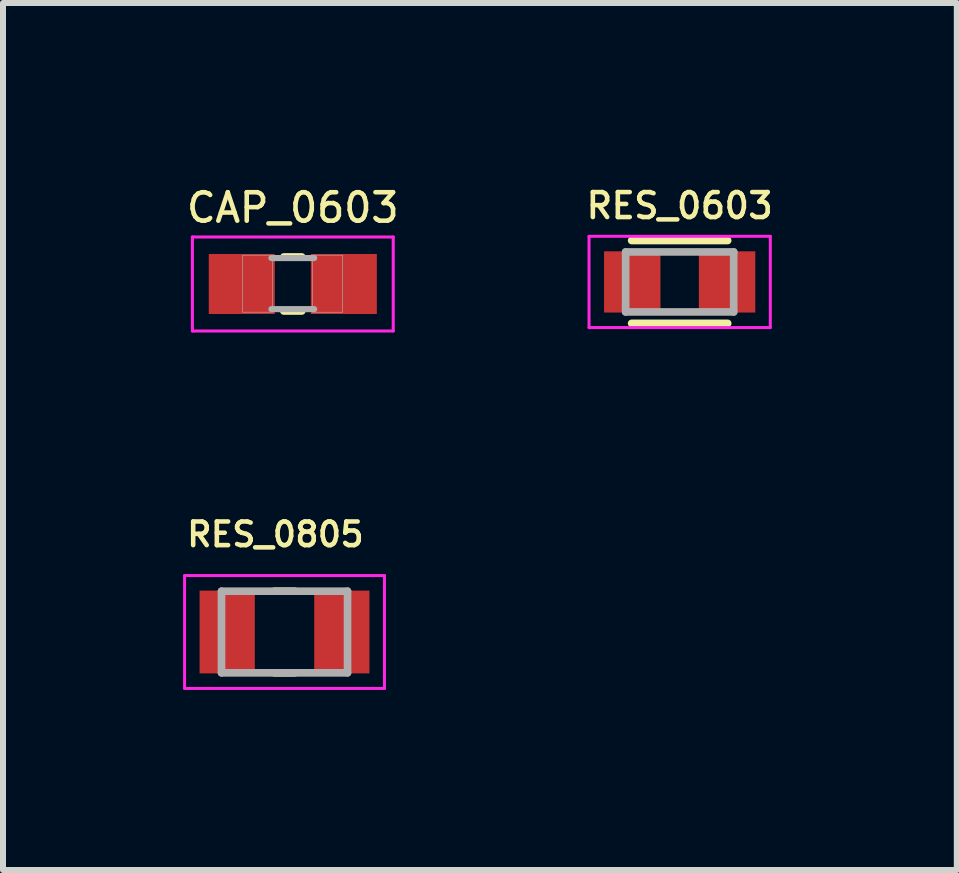
<source format=kicad_pcb>
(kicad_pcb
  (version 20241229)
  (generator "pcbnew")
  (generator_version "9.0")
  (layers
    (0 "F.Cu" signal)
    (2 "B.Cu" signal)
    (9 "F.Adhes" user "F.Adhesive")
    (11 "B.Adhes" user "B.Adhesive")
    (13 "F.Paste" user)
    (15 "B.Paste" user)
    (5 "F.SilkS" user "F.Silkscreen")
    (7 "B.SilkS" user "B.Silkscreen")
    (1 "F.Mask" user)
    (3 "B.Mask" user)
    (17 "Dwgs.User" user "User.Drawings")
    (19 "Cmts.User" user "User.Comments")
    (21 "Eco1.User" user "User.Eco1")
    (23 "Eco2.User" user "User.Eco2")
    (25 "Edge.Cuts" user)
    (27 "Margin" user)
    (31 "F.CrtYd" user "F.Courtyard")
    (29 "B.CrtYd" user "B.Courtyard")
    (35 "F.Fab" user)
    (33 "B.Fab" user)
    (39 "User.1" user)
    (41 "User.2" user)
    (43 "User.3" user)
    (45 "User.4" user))
  (footprint "CAP_0603"
    (layer "F.Cu")
    (at 1.828 1.681)
    (property "Reference" "CAP_0603" (at 0 -1.27 0) (layer "F.SilkS") (effects (font (size 0.474 0.474) (thickness 0.076))))
    (attr through_hole)
    (fp_line (start -0.15 -0.45) (end 0.15 -0.45) (stroke (width 0.127) (type solid)) (layer "F.SilkS"))
    (fp_line (start -0.15 0.45) (end 0.15 0.45) (stroke (width 0.127) (type solid)) (layer "F.SilkS"))
    (fp_line (start -1.673 -0.783) (end 1.673 -0.783) (stroke (width 0.051) (type solid)) (layer "F.CrtYd"))
    (fp_line (start -1.673 0.783) (end -1.673 -0.783) (stroke (width 0.051) (type solid)) (layer "F.CrtYd"))
    (fp_line (start 1.673 -0.783) (end 1.673 0.783) (stroke (width 0.051) (type solid)) (layer "F.CrtYd"))
    (fp_line (start 1.673 0.783) (end -1.673 0.783) (stroke (width 0.051) (type solid)) (layer "F.CrtYd"))
    (fp_line (start -0.356 -0.432) (end 0.356 -0.432) (stroke (width 0.102) (type solid)) (layer "F.Fab"))
    (fp_line (start -0.356 0.419) (end 0.356 0.419) (stroke (width 0.102) (type solid)) (layer "F.Fab"))
    (fp_poly (pts (xy -0.839 -0.48) (xy -0.338 -0.48) (xy -0.338 0.47) (xy -0.839 0.47)) (stroke (width 0.01) (type solid)) (fill no) (layer "F.Fab"))
    (fp_poly (pts (xy 0.331 -0.48) (xy 0.83 -0.48) (xy 0.83 0.471) (xy 0.331 0.471)) (stroke (width 0.01) (type solid)) (fill no) (layer "F.Fab"))
    (pad "1" smd rect (at -0.85 0) (size 1.1 1) (layers "F.Cu" "F.Mask" "F.Paste"))
    (pad "2" smd rect (at 0.85 0) (size 1.1 1) (layers "F.Cu" "F.Mask" "F.Paste")))
  (footprint "RES_0805"
    (layer "F.Cu")
    (at 1.69 7.479)
    (property "Reference" "RES_0805" (at -0.152 -1.626 0) (layer "F.SilkS") (effects (font (size 0.394 0.394) (thickness 0.076))))
    (attr through_hole)
    (fp_line (start -0.17 -0.68) (end 0.17 -0.68) (stroke (width 0.127) (type solid)) (layer "F.SilkS"))
    (fp_line (start -0.17 0.68) (end 0.17 0.68) (stroke (width 0.127) (type solid)) (layer "F.SilkS"))
    (fp_line (start -1.665 -0.94) (end 1.665 -0.94) (stroke (width 0.05) (type solid)) (layer "F.CrtYd"))
    (fp_line (start -1.665 0.94) (end -1.665 -0.94) (stroke (width 0.05) (type solid)) (layer "F.CrtYd"))
    (fp_line (start -1.665 0.94) (end 1.665 0.94) (stroke (width 0.05) (type solid)) (layer "F.CrtYd"))
    (fp_line (start 1.665 0.94) (end 1.665 -0.94) (stroke (width 0.05) (type solid)) (layer "F.CrtYd"))
    (fp_line (start -1.05 0.68) (end -1.05 -0.68) (stroke (width 0.127) (type solid)) (layer "F.Fab"))
    (fp_line (start 1.05 -0.68) (end -1.05 -0.68) (stroke (width 0.127) (type solid)) (layer "F.Fab"))
    (fp_line (start 1.05 0.68) (end -1.05 0.68) (stroke (width 0.127) (type solid)) (layer "F.Fab"))
    (fp_line (start 1.05 0.68) (end 1.05 -0.68) (stroke (width 0.127) (type solid)) (layer "F.Fab"))
    (pad "1" smd rect (at -0.955 0) (size 0.92 1.38) (layers "F.Cu" "F.Mask" "F.Paste"))
    (pad "2" smd rect (at 0.955 0) (size 0.92 1.38) (layers "F.Cu" "F.Mask" "F.Paste")))
  (footprint "RES_0603"
    (layer "F.Cu")
    (at 8.273 1.647)
    (property "Reference" "RES_0603" (at 0 -1.27 0) (layer "F.SilkS") (effects (font (size 0.416 0.416) (thickness 0.076))))
    (attr through_hole)
    (fp_line (start -0.8 -0.69) (end 0.8 -0.69) (stroke (width 0.127) (type solid)) (layer "F.SilkS"))
    (fp_line (start -0.8 0.69) (end 0.8 0.69) (stroke (width 0.127) (type solid)) (layer "F.SilkS"))
    (fp_line (start -1.51 -0.76) (end 1.51 -0.76) (stroke (width 0.05) (type solid)) (layer "F.CrtYd"))
    (fp_line (start -1.51 0.76) (end -1.51 -0.76) (stroke (width 0.05) (type solid)) (layer "F.CrtYd"))
    (fp_line (start 1.51 -0.76) (end 1.51 0.76) (stroke (width 0.05) (type solid)) (layer "F.CrtYd"))
    (fp_line (start 1.51 0.76) (end -1.51 0.76) (stroke (width 0.05) (type solid)) (layer "F.CrtYd"))
    (fp_line (start -0.9 -0.5) (end -0.9 0.5) (stroke (width 0.127) (type solid)) (layer "F.Fab"))
    (fp_line (start -0.9 -0.5) (end 0.9 -0.5) (stroke (width 0.127) (type solid)) (layer "F.Fab"))
    (fp_line (start -0.9 0.5) (end 0.9 0.5) (stroke (width 0.127) (type solid)) (layer "F.Fab"))
    (fp_line (start 0.9 -0.5) (end 0.9 0.5) (stroke (width 0.127) (type solid)) (layer "F.Fab"))
    (pad "1" smd rect (at -0.79 0) (size 0.94 1.02) (layers "F.Cu" "F.Mask" "F.Paste"))
    (pad "2" smd rect (at 0.79 0) (size 0.94 1.02) (layers "F.Cu" "F.Mask" "F.Paste")))
  (gr_rect
    (start -3 -3)
    (end 12.89 11.444)
    (stroke (width 0.1) (type default))
    (fill no)
    (layer "Edge.Cuts")))
</source>
